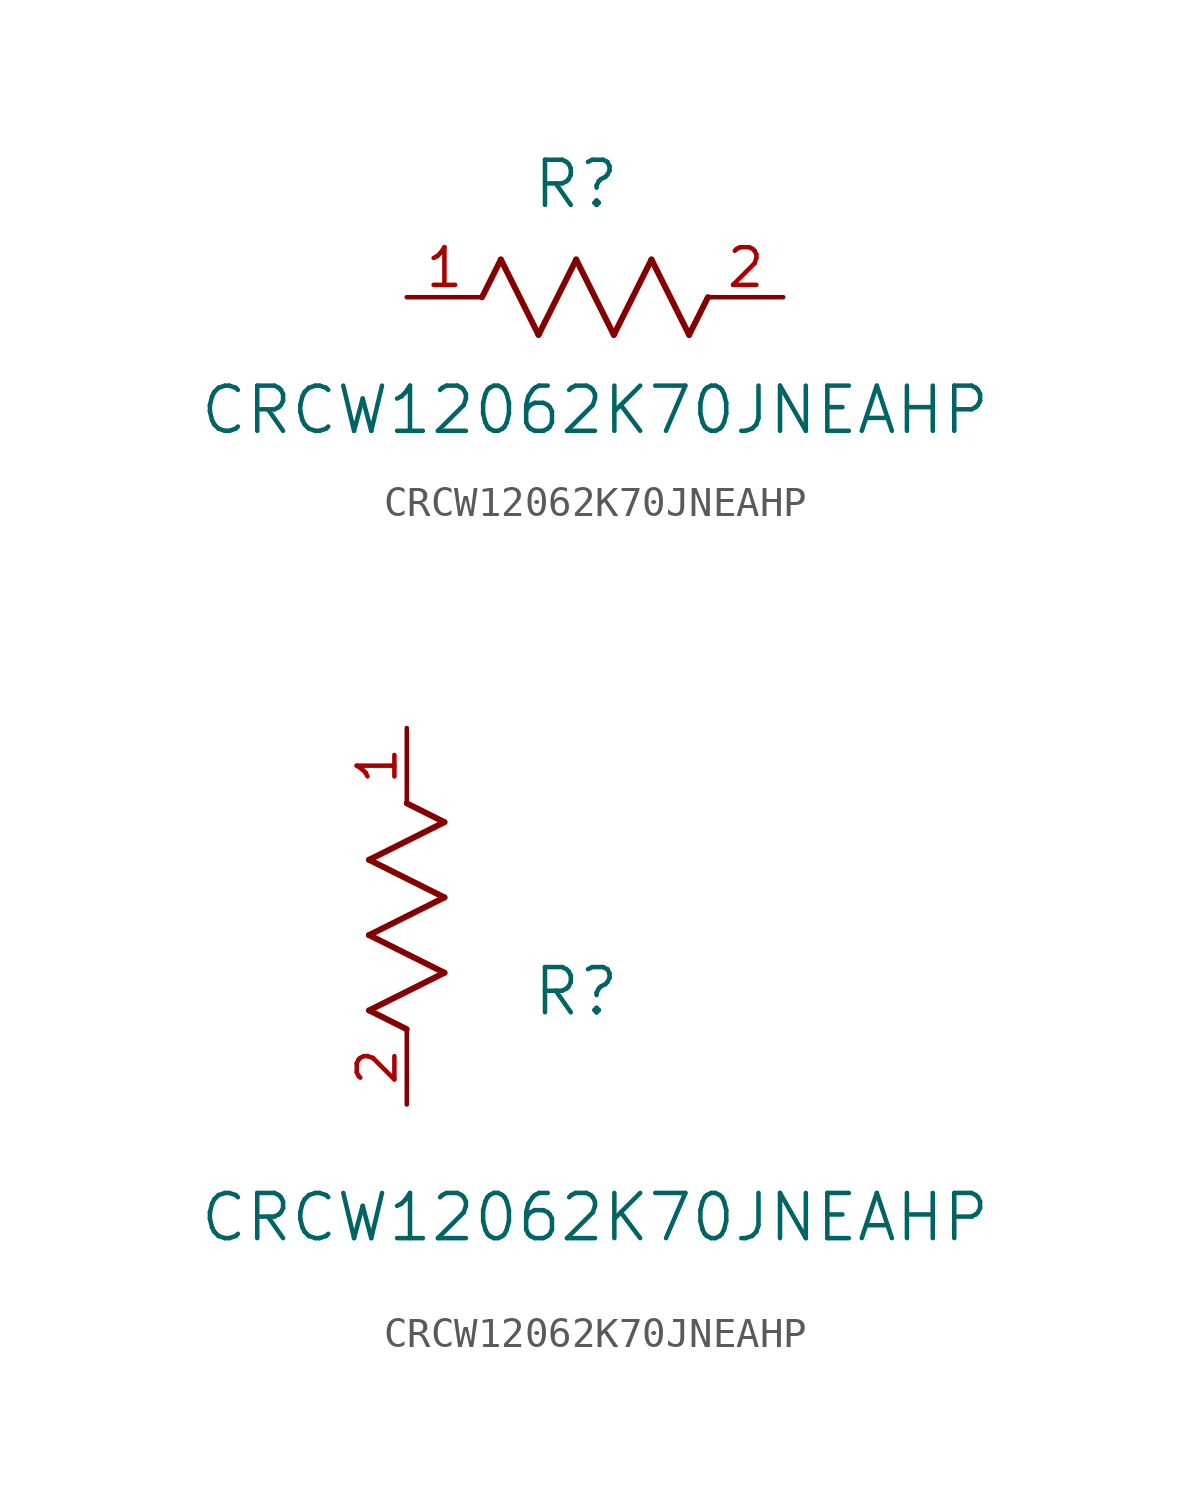
<source format=kicad_sym>
(kicad_symbol_lib
  (version 20211014)
  (generator kicad_symbol_editor)
  (symbol "CRCW12062K70JNEAHP"
    (pin_names
      (offset 0.254))
    (property "Reference" "R"
      (at 5.715 3.81 0)
      (effects (font (size 1.524 1.524))))
    (property "Value" "CRCW12062K70JNEAHP"
      (at 6.35 -3.81 0)
      (effects (font (size 1.524 1.524))))
    (symbol "CRCW12062K70JNEAHP_1_1"
      (polyline (pts (xy 3.175 1.27) (xy 4.445 -1.27)) (stroke (width 0.203) (type default) (color 0 0 0 0)) (fill (type none)))
      (polyline (pts (xy 4.445 -1.27) (xy 5.715 1.27)) (stroke (width 0.203) (type default) (color 0 0 0 0)) (fill (type none)))
      (polyline (pts (xy 5.715 1.27) (xy 6.985 -1.27)) (stroke (width 0.203) (type default) (color 0 0 0 0)) (fill (type none)))
      (polyline (pts (xy 6.985 -1.27) (xy 8.255 1.27)) (stroke (width 0.203) (type default) (color 0 0 0 0)) (fill (type none)))
      (polyline (pts (xy 8.255 1.27) (xy 9.525 -1.27)) (stroke (width 0.203) (type default) (color 0 0 0 0)) (fill (type none)))
      (polyline (pts (xy 2.54 0) (xy 3.175 1.27)) (stroke (width 0.203) (type default) (color 0 0 0 0)) (fill (type none)))
      (polyline (pts (xy 9.525 -1.27) (xy 10.16 0)) (stroke (width 0.203) (type default) (color 0 0 0 0)) (fill (type none)))
      (pin unspecified line (at 0 0 0) (length 2.54) (name "" (effects (font (size 1.27 1.27)))) (number "1" (effects (font (size 1.27 1.27)))))
      (pin unspecified line (at 12.7 0 180) (length 2.54) (name "" (effects (font (size 1.27 1.27)))) (number "2" (effects (font (size 1.27 1.27))))))
    (symbol "CRCW12062K70JNEAHP_1_2"
      (polyline (pts (xy 0 2.54) (xy -1.27 3.175)) (stroke (width 0.203) (type default) (color 0 0 0 0)) (fill (type none)))
      (polyline (pts (xy -1.27 3.175) (xy 1.27 4.445)) (stroke (width 0.203) (type default) (color 0 0 0 0)) (fill (type none)))
      (polyline (pts (xy 1.27 4.445) (xy -1.27 5.715)) (stroke (width 0.203) (type default) (color 0 0 0 0)) (fill (type none)))
      (polyline (pts (xy -1.27 5.715) (xy 1.27 6.985)) (stroke (width 0.203) (type default) (color 0 0 0 0)) (fill (type none)))
      (polyline (pts (xy -1.27 8.255) (xy 1.27 9.525)) (stroke (width 0.203) (type default) (color 0 0 0 0)) (fill (type none)))
      (polyline (pts (xy 1.27 9.525) (xy 0 10.16)) (stroke (width 0.203) (type default) (color 0 0 0 0)) (fill (type none)))
      (polyline (pts (xy 1.27 6.985) (xy -1.27 8.255)) (stroke (width 0.203) (type default) (color 0 0 0 0)) (fill (type none)))
      (pin unspecified line (at 0 12.7 270) (length 2.54) (name "" (effects (font (size 1.27 1.27)))) (number "1" (effects (font (size 1.27 1.27)))))
      (pin unspecified line (at 0 0 90) (length 2.54) (name "" (effects (font (size 1.27 1.27)))) (number "2" (effects (font (size 1.27 1.27))))))))
</source>
